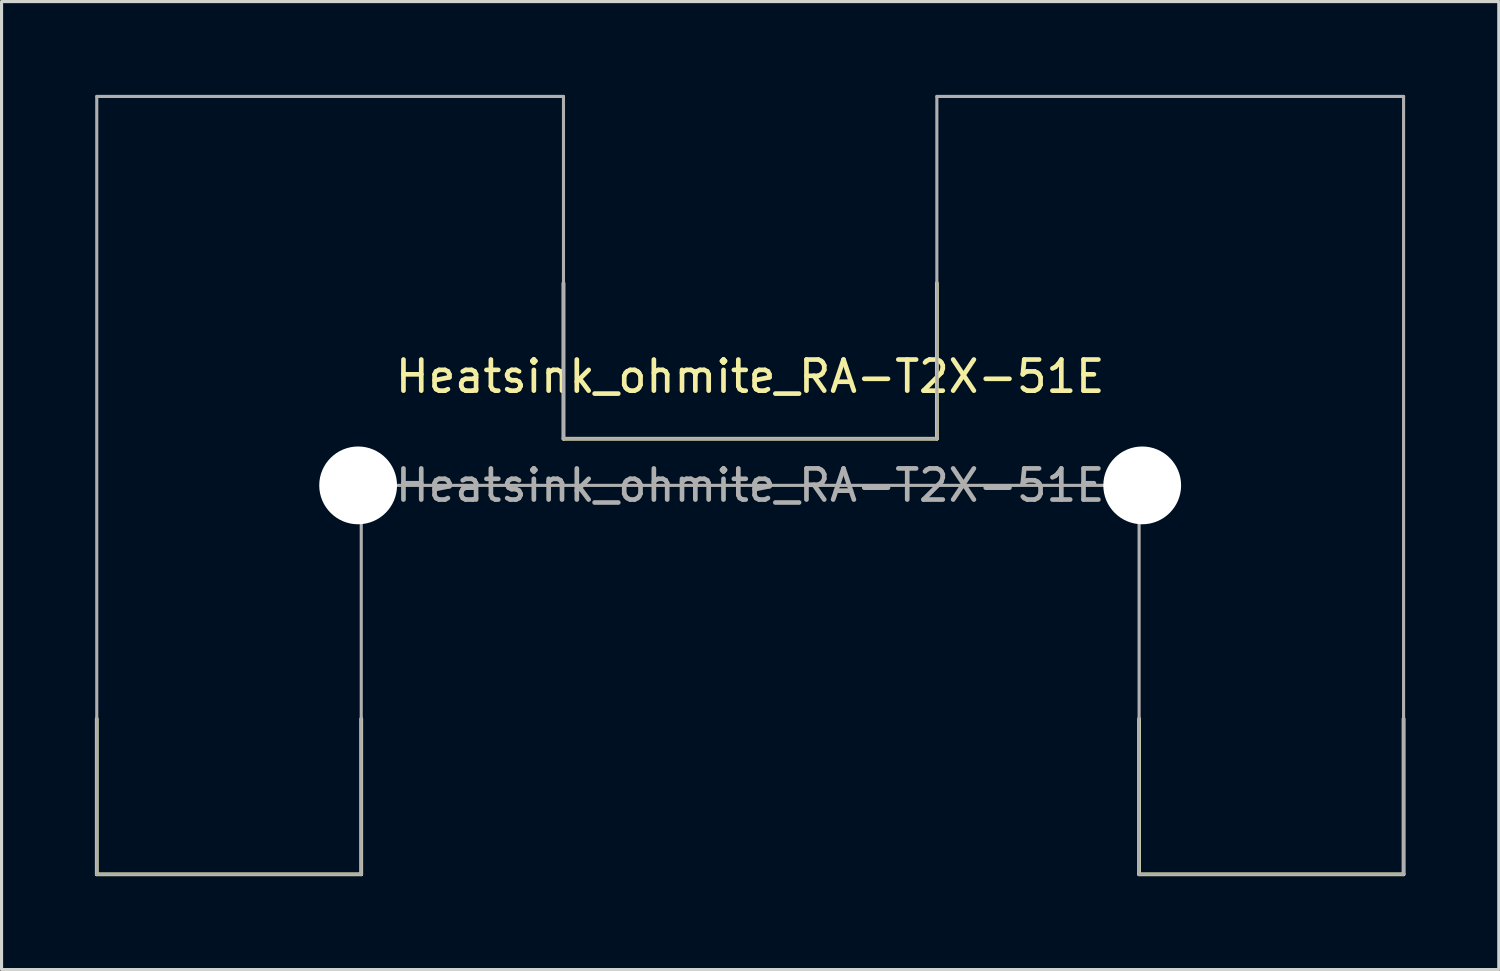
<source format=kicad_pcb>
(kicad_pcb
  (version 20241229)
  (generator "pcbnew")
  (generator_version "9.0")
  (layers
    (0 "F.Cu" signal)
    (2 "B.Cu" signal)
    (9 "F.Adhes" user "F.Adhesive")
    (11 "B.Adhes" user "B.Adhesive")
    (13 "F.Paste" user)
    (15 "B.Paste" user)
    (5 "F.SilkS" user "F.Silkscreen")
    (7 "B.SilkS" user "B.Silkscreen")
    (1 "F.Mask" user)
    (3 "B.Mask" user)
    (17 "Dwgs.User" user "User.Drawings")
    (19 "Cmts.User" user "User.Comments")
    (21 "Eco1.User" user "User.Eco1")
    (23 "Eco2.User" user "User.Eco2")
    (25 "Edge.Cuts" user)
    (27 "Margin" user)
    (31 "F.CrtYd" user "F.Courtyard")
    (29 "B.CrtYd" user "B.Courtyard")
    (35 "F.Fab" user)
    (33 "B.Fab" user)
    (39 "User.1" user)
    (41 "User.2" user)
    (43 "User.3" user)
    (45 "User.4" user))
  (footprint "Heatsink_ohmite_RA-T2X-51E"
    (layer "F.Cu")
    (at 21.06 12.55)
    (property "Reference" "Heatsink_ohmite_RA-T2X-51E" (at 0 -3.5 0) (layer "F.SilkS") (effects (font (size 1 1) (thickness 0.15))))
    (attr exclude_from_pos_files exclude_from_bom)
    (fp_line (start -21 12.5) (end -21 7.5) (stroke (width 0.12) (type solid)) (layer "F.SilkS"))
    (fp_line (start -12.5 12.5) (end -21 12.5) (stroke (width 0.12) (type solid)) (layer "F.SilkS"))
    (fp_line (start -12.5 12.5) (end -12.5 7.5) (stroke (width 0.12) (type solid)) (layer "F.SilkS"))
    (fp_line (start -6 -1.5) (end -6 -6.5) (stroke (width 0.12) (type solid)) (layer "F.SilkS"))
    (fp_line (start 6 -1.5) (end -6 -1.5) (stroke (width 0.12) (type solid)) (layer "F.SilkS"))
    (fp_line (start 6 -1.5) (end 6 -6.5) (stroke (width 0.12) (type solid)) (layer "F.SilkS"))
    (fp_line (start 12.5 12.5) (end 12.5 7.5) (stroke (width 0.12) (type solid)) (layer "F.SilkS"))
    (fp_line (start 21 12.5) (end 12.5 12.5) (stroke (width 0.12) (type solid)) (layer "F.SilkS"))
    (fp_line (start 21 12.5) (end 21 7.5) (stroke (width 0.12) (type solid)) (layer "F.SilkS"))
    (fp_line (start -21 -12.5) (end -6 -12.5) (stroke (width 0.1) (type solid)) (layer "F.Fab"))
    (fp_line (start -21 12.5) (end -21 -12.5) (stroke (width 0.1) (type solid)) (layer "F.Fab"))
    (fp_line (start -12.5 0) (end -12.5 12.5) (stroke (width 0.1) (type solid)) (layer "F.Fab"))
    (fp_line (start -12.5 12.5) (end -21 12.5) (stroke (width 0.1) (type solid)) (layer "F.Fab"))
    (fp_line (start -6 -12.5) (end -6 -1.5) (stroke (width 0.1) (type solid)) (layer "F.Fab"))
    (fp_line (start -6 -1.5) (end 6 -1.5) (stroke (width 0.1) (type solid)) (layer "F.Fab"))
    (fp_line (start 6 -12.5) (end 21 -12.5) (stroke (width 0.1) (type solid)) (layer "F.Fab"))
    (fp_line (start 6 -1.5) (end 6 -12.5) (stroke (width 0.1) (type solid)) (layer "F.Fab"))
    (fp_line (start 12.5 0) (end -12.5 0) (stroke (width 0.1) (type solid)) (layer "F.Fab"))
    (fp_line (start 12.5 12.5) (end 12.5 0) (stroke (width 0.1) (type solid)) (layer "F.Fab"))
    (fp_line (start 21 -12.5) (end 21 12.5) (stroke (width 0.1) (type solid)) (layer "F.Fab"))
    (fp_line (start 21 12.5) (end 12.5 12.5) (stroke (width 0.1) (type solid)) (layer "F.Fab"))
    (fp_text user "${REFERENCE}" (at 0 0 0) (layer "F.Fab") (effects (font (size 1 1) (thickness 0.15))))
    (pad "" np_thru_hole circle (at -12.6 0) (size 2.5 2.5) (drill 2.5) (layers "*.Cu" "*.Mask"))
    (pad "" np_thru_hole circle (at 12.6 0) (size 2.5 2.5) (drill 2.5) (layers "*.Cu" "*.Mask")))
  (gr_rect
    (start -3 -3)
    (end 45.12 28.11)
    (stroke (width 0.1) (type default))
    (fill no)
    (layer "Edge.Cuts")))
</source>
